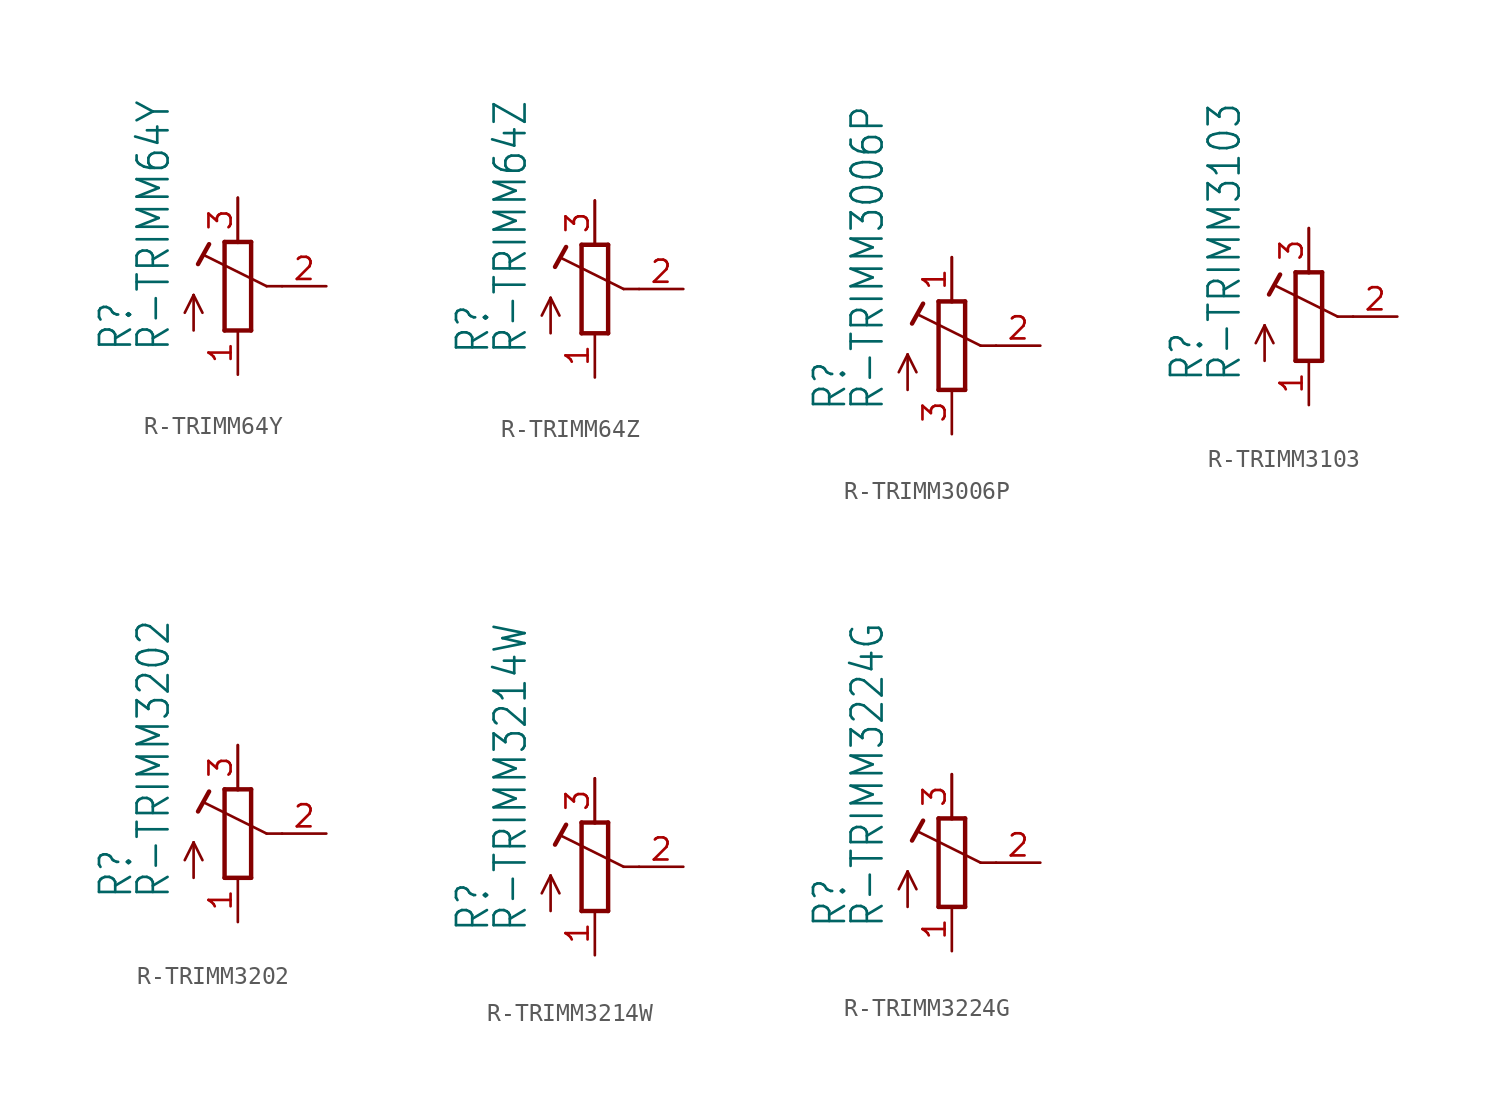
<source format=kicad_sym>
(kicad_symbol_lib
  (version 20211014)
  (generator kicad_symbol_editor)
  (symbol "R-TRIMM64Y"
    (property "Reference" "R"
      (at -5.969 -3.81 90)
      (effects (font (size 1.778 1.511)) (justify left bottom)))
    (property "Value" "R-TRIMM64Y"
      (at -3.81 -3.81 90)
      (effects (font (size 1.778 1.511)) (justify left bottom)))
    (property "ki_locked" ""
      (at 0 0 0)
      (effects (font (size 1.27 1.27))))
    (symbol "R-TRIMM64Y_1_0"
      (polyline (pts (xy -2.54 -2.54) (xy -2.54 -0.508)) (stroke (width 0.152) (type default) (color 0 0 0 0)) (fill (type none)))
      (polyline (pts (xy -2.54 -0.508) (xy -3.048 -1.524)) (stroke (width 0.152) (type default) (color 0 0 0 0)) (fill (type none)))
      (polyline (pts (xy -2.54 -0.508) (xy -2.032 -1.524)) (stroke (width 0.152) (type default) (color 0 0 0 0)) (fill (type none)))
      (polyline (pts (xy -2.286 1.27) (xy -1.651 2.413)) (stroke (width 0.254) (type default) (color 0 0 0 0)) (fill (type none)))
      (polyline (pts (xy -0.762 -2.54) (xy 0.762 -2.54)) (stroke (width 0.254) (type default) (color 0 0 0 0)) (fill (type none)))
      (polyline (pts (xy -0.762 2.54) (xy -0.762 -2.54)) (stroke (width 0.254) (type default) (color 0 0 0 0)) (fill (type none)))
      (polyline (pts (xy 0 2.54) (xy -0.762 2.54)) (stroke (width 0.254) (type default) (color 0 0 0 0)) (fill (type none)))
      (polyline (pts (xy 0 2.54) (xy 0 5.08)) (stroke (width 0.152) (type default) (color 0 0 0 0)) (fill (type none)))
      (polyline (pts (xy 0.762 -2.54) (xy 0.762 2.54)) (stroke (width 0.254) (type default) (color 0 0 0 0)) (fill (type none)))
      (polyline (pts (xy 0.762 2.54) (xy 0 2.54)) (stroke (width 0.254) (type default) (color 0 0 0 0)) (fill (type none)))
      (polyline (pts (xy 1.651 0) (xy -1.88 1.753)) (stroke (width 0.152) (type default) (color 0 0 0 0)) (fill (type none)))
      (polyline (pts (xy 2.54 0) (xy 1.651 0)) (stroke (width 0.152) (type default) (color 0 0 0 0)) (fill (type none)))
      (pin passive line (at 0 -5.08 90) (length 2.54) (name "A" (effects (font (size 0 0)))) (number "1" (effects (font (size 1.27 1.27)))))
      (pin passive line (at 5.08 0 180) (length 2.54) (name "S" (effects (font (size 0 0)))) (number "2" (effects (font (size 1.27 1.27)))))
      (pin passive line (at 0 5.08 270) (length 2.54) (name "E" (effects (font (size 0 0)))) (number "3" (effects (font (size 1.27 1.27)))))))
  (symbol "R-TRIMM64Z"
    (property "Reference" "R"
      (at -5.969 -3.81 90)
      (effects (font (size 1.778 1.511)) (justify left bottom)))
    (property "Value" "R-TRIMM64Z"
      (at -3.81 -3.81 90)
      (effects (font (size 1.778 1.511)) (justify left bottom)))
    (property "ki_locked" ""
      (at 0 0 0)
      (effects (font (size 1.27 1.27))))
    (symbol "R-TRIMM64Z_1_0"
      (polyline (pts (xy -2.54 -2.54) (xy -2.54 -0.508)) (stroke (width 0.152) (type default) (color 0 0 0 0)) (fill (type none)))
      (polyline (pts (xy -2.54 -0.508) (xy -3.048 -1.524)) (stroke (width 0.152) (type default) (color 0 0 0 0)) (fill (type none)))
      (polyline (pts (xy -2.54 -0.508) (xy -2.032 -1.524)) (stroke (width 0.152) (type default) (color 0 0 0 0)) (fill (type none)))
      (polyline (pts (xy -2.286 1.27) (xy -1.651 2.413)) (stroke (width 0.254) (type default) (color 0 0 0 0)) (fill (type none)))
      (polyline (pts (xy -0.762 -2.54) (xy 0.762 -2.54)) (stroke (width 0.254) (type default) (color 0 0 0 0)) (fill (type none)))
      (polyline (pts (xy -0.762 2.54) (xy -0.762 -2.54)) (stroke (width 0.254) (type default) (color 0 0 0 0)) (fill (type none)))
      (polyline (pts (xy 0 2.54) (xy -0.762 2.54)) (stroke (width 0.254) (type default) (color 0 0 0 0)) (fill (type none)))
      (polyline (pts (xy 0 2.54) (xy 0 5.08)) (stroke (width 0.152) (type default) (color 0 0 0 0)) (fill (type none)))
      (polyline (pts (xy 0.762 -2.54) (xy 0.762 2.54)) (stroke (width 0.254) (type default) (color 0 0 0 0)) (fill (type none)))
      (polyline (pts (xy 0.762 2.54) (xy 0 2.54)) (stroke (width 0.254) (type default) (color 0 0 0 0)) (fill (type none)))
      (polyline (pts (xy 1.651 0) (xy -1.88 1.753)) (stroke (width 0.152) (type default) (color 0 0 0 0)) (fill (type none)))
      (polyline (pts (xy 2.54 0) (xy 1.651 0)) (stroke (width 0.152) (type default) (color 0 0 0 0)) (fill (type none)))
      (pin passive line (at 0 -5.08 90) (length 2.54) (name "A" (effects (font (size 0 0)))) (number "1" (effects (font (size 1.27 1.27)))))
      (pin passive line (at 5.08 0 180) (length 2.54) (name "S" (effects (font (size 0 0)))) (number "2" (effects (font (size 1.27 1.27)))))
      (pin passive line (at 0 5.08 270) (length 2.54) (name "E" (effects (font (size 0 0)))) (number "3" (effects (font (size 1.27 1.27)))))))
  (symbol "R-TRIMM3006P"
    (property "Reference" "R"
      (at -5.969 -3.81 90)
      (effects (font (size 1.778 1.511)) (justify left bottom)))
    (property "Value" "R-TRIMM3006P"
      (at -3.81 -3.81 90)
      (effects (font (size 1.778 1.511)) (justify left bottom)))
    (property "ki_locked" ""
      (at 0 0 0)
      (effects (font (size 1.27 1.27))))
    (symbol "R-TRIMM3006P_1_0"
      (polyline (pts (xy -2.54 -2.54) (xy -2.54 -0.508)) (stroke (width 0.152) (type default) (color 0 0 0 0)) (fill (type none)))
      (polyline (pts (xy -2.54 -0.508) (xy -3.048 -1.524)) (stroke (width 0.152) (type default) (color 0 0 0 0)) (fill (type none)))
      (polyline (pts (xy -2.54 -0.508) (xy -2.032 -1.524)) (stroke (width 0.152) (type default) (color 0 0 0 0)) (fill (type none)))
      (polyline (pts (xy -2.286 1.27) (xy -1.651 2.413)) (stroke (width 0.254) (type default) (color 0 0 0 0)) (fill (type none)))
      (polyline (pts (xy -0.762 -2.54) (xy 0.762 -2.54)) (stroke (width 0.254) (type default) (color 0 0 0 0)) (fill (type none)))
      (polyline (pts (xy -0.762 2.54) (xy -0.762 -2.54)) (stroke (width 0.254) (type default) (color 0 0 0 0)) (fill (type none)))
      (polyline (pts (xy 0 2.54) (xy -0.762 2.54)) (stroke (width 0.254) (type default) (color 0 0 0 0)) (fill (type none)))
      (polyline (pts (xy 0 2.54) (xy 0 5.08)) (stroke (width 0.152) (type default) (color 0 0 0 0)) (fill (type none)))
      (polyline (pts (xy 0.762 -2.54) (xy 0.762 2.54)) (stroke (width 0.254) (type default) (color 0 0 0 0)) (fill (type none)))
      (polyline (pts (xy 0.762 2.54) (xy 0 2.54)) (stroke (width 0.254) (type default) (color 0 0 0 0)) (fill (type none)))
      (polyline (pts (xy 1.651 0) (xy -1.88 1.753)) (stroke (width 0.152) (type default) (color 0 0 0 0)) (fill (type none)))
      (polyline (pts (xy 2.54 0) (xy 1.651 0)) (stroke (width 0.152) (type default) (color 0 0 0 0)) (fill (type none)))
      (pin passive line (at 0 5.08 270) (length 2.54) (name "E" (effects (font (size 0 0)))) (number "1" (effects (font (size 1.27 1.27)))))
      (pin passive line (at 5.08 0 180) (length 2.54) (name "S" (effects (font (size 0 0)))) (number "2" (effects (font (size 1.27 1.27)))))
      (pin passive line (at 0 -5.08 90) (length 2.54) (name "A" (effects (font (size 0 0)))) (number "3" (effects (font (size 1.27 1.27)))))))
  (symbol "R-TRIMM3103"
    (property "Reference" "R"
      (at -5.969 -3.81 90)
      (effects (font (size 1.778 1.511)) (justify left bottom)))
    (property "Value" "R-TRIMM3103"
      (at -3.81 -3.81 90)
      (effects (font (size 1.778 1.511)) (justify left bottom)))
    (property "ki_locked" ""
      (at 0 0 0)
      (effects (font (size 1.27 1.27))))
    (symbol "R-TRIMM3103_1_0"
      (polyline (pts (xy -2.54 -2.54) (xy -2.54 -0.508)) (stroke (width 0.152) (type default) (color 0 0 0 0)) (fill (type none)))
      (polyline (pts (xy -2.54 -0.508) (xy -3.048 -1.524)) (stroke (width 0.152) (type default) (color 0 0 0 0)) (fill (type none)))
      (polyline (pts (xy -2.54 -0.508) (xy -2.032 -1.524)) (stroke (width 0.152) (type default) (color 0 0 0 0)) (fill (type none)))
      (polyline (pts (xy -2.286 1.27) (xy -1.651 2.413)) (stroke (width 0.254) (type default) (color 0 0 0 0)) (fill (type none)))
      (polyline (pts (xy -0.762 -2.54) (xy 0.762 -2.54)) (stroke (width 0.254) (type default) (color 0 0 0 0)) (fill (type none)))
      (polyline (pts (xy -0.762 2.54) (xy -0.762 -2.54)) (stroke (width 0.254) (type default) (color 0 0 0 0)) (fill (type none)))
      (polyline (pts (xy 0 2.54) (xy -0.762 2.54)) (stroke (width 0.254) (type default) (color 0 0 0 0)) (fill (type none)))
      (polyline (pts (xy 0 2.54) (xy 0 5.08)) (stroke (width 0.152) (type default) (color 0 0 0 0)) (fill (type none)))
      (polyline (pts (xy 0.762 -2.54) (xy 0.762 2.54)) (stroke (width 0.254) (type default) (color 0 0 0 0)) (fill (type none)))
      (polyline (pts (xy 0.762 2.54) (xy 0 2.54)) (stroke (width 0.254) (type default) (color 0 0 0 0)) (fill (type none)))
      (polyline (pts (xy 1.651 0) (xy -1.88 1.753)) (stroke (width 0.152) (type default) (color 0 0 0 0)) (fill (type none)))
      (polyline (pts (xy 2.54 0) (xy 1.651 0)) (stroke (width 0.152) (type default) (color 0 0 0 0)) (fill (type none)))
      (pin passive line (at 0 -5.08 90) (length 2.54) (name "A" (effects (font (size 0 0)))) (number "1" (effects (font (size 1.27 1.27)))))
      (pin passive line (at 5.08 0 180) (length 2.54) (name "S" (effects (font (size 0 0)))) (number "2" (effects (font (size 1.27 1.27)))))
      (pin passive line (at 0 5.08 270) (length 2.54) (name "E" (effects (font (size 0 0)))) (number "3" (effects (font (size 1.27 1.27)))))))
  (symbol "R-TRIMM3202"
    (property "Reference" "R"
      (at -5.969 -3.81 90)
      (effects (font (size 1.778 1.511)) (justify left bottom)))
    (property "Value" "R-TRIMM3202"
      (at -3.81 -3.81 90)
      (effects (font (size 1.778 1.511)) (justify left bottom)))
    (property "ki_locked" ""
      (at 0 0 0)
      (effects (font (size 1.27 1.27))))
    (symbol "R-TRIMM3202_1_0"
      (polyline (pts (xy -2.54 -2.54) (xy -2.54 -0.508)) (stroke (width 0.152) (type default) (color 0 0 0 0)) (fill (type none)))
      (polyline (pts (xy -2.54 -0.508) (xy -3.048 -1.524)) (stroke (width 0.152) (type default) (color 0 0 0 0)) (fill (type none)))
      (polyline (pts (xy -2.54 -0.508) (xy -2.032 -1.524)) (stroke (width 0.152) (type default) (color 0 0 0 0)) (fill (type none)))
      (polyline (pts (xy -2.286 1.27) (xy -1.651 2.413)) (stroke (width 0.254) (type default) (color 0 0 0 0)) (fill (type none)))
      (polyline (pts (xy -0.762 -2.54) (xy 0.762 -2.54)) (stroke (width 0.254) (type default) (color 0 0 0 0)) (fill (type none)))
      (polyline (pts (xy -0.762 2.54) (xy -0.762 -2.54)) (stroke (width 0.254) (type default) (color 0 0 0 0)) (fill (type none)))
      (polyline (pts (xy 0 2.54) (xy -0.762 2.54)) (stroke (width 0.254) (type default) (color 0 0 0 0)) (fill (type none)))
      (polyline (pts (xy 0 2.54) (xy 0 5.08)) (stroke (width 0.152) (type default) (color 0 0 0 0)) (fill (type none)))
      (polyline (pts (xy 0.762 -2.54) (xy 0.762 2.54)) (stroke (width 0.254) (type default) (color 0 0 0 0)) (fill (type none)))
      (polyline (pts (xy 0.762 2.54) (xy 0 2.54)) (stroke (width 0.254) (type default) (color 0 0 0 0)) (fill (type none)))
      (polyline (pts (xy 1.651 0) (xy -1.88 1.753)) (stroke (width 0.152) (type default) (color 0 0 0 0)) (fill (type none)))
      (polyline (pts (xy 2.54 0) (xy 1.651 0)) (stroke (width 0.152) (type default) (color 0 0 0 0)) (fill (type none)))
      (pin passive line (at 0 -5.08 90) (length 2.54) (name "A" (effects (font (size 0 0)))) (number "1" (effects (font (size 1.27 1.27)))))
      (pin passive line (at 5.08 0 180) (length 2.54) (name "S" (effects (font (size 0 0)))) (number "2" (effects (font (size 1.27 1.27)))))
      (pin passive line (at 0 5.08 270) (length 2.54) (name "E" (effects (font (size 0 0)))) (number "3" (effects (font (size 1.27 1.27)))))))
  (symbol "R-TRIMM3214W"
    (property "Reference" "R"
      (at -5.969 -3.81 90)
      (effects (font (size 1.778 1.511)) (justify left bottom)))
    (property "Value" "R-TRIMM3214W"
      (at -3.81 -3.81 90)
      (effects (font (size 1.778 1.511)) (justify left bottom)))
    (property "ki_locked" ""
      (at 0 0 0)
      (effects (font (size 1.27 1.27))))
    (symbol "R-TRIMM3214W_1_0"
      (polyline (pts (xy -2.54 -2.54) (xy -2.54 -0.508)) (stroke (width 0.152) (type default) (color 0 0 0 0)) (fill (type none)))
      (polyline (pts (xy -2.54 -0.508) (xy -3.048 -1.524)) (stroke (width 0.152) (type default) (color 0 0 0 0)) (fill (type none)))
      (polyline (pts (xy -2.54 -0.508) (xy -2.032 -1.524)) (stroke (width 0.152) (type default) (color 0 0 0 0)) (fill (type none)))
      (polyline (pts (xy -2.286 1.27) (xy -1.651 2.413)) (stroke (width 0.254) (type default) (color 0 0 0 0)) (fill (type none)))
      (polyline (pts (xy -0.762 -2.54) (xy 0.762 -2.54)) (stroke (width 0.254) (type default) (color 0 0 0 0)) (fill (type none)))
      (polyline (pts (xy -0.762 2.54) (xy -0.762 -2.54)) (stroke (width 0.254) (type default) (color 0 0 0 0)) (fill (type none)))
      (polyline (pts (xy 0 2.54) (xy -0.762 2.54)) (stroke (width 0.254) (type default) (color 0 0 0 0)) (fill (type none)))
      (polyline (pts (xy 0 2.54) (xy 0 5.08)) (stroke (width 0.152) (type default) (color 0 0 0 0)) (fill (type none)))
      (polyline (pts (xy 0.762 -2.54) (xy 0.762 2.54)) (stroke (width 0.254) (type default) (color 0 0 0 0)) (fill (type none)))
      (polyline (pts (xy 0.762 2.54) (xy 0 2.54)) (stroke (width 0.254) (type default) (color 0 0 0 0)) (fill (type none)))
      (polyline (pts (xy 1.651 0) (xy -1.88 1.753)) (stroke (width 0.152) (type default) (color 0 0 0 0)) (fill (type none)))
      (polyline (pts (xy 2.54 0) (xy 1.651 0)) (stroke (width 0.152) (type default) (color 0 0 0 0)) (fill (type none)))
      (pin passive line (at 0 -5.08 90) (length 2.54) (name "A" (effects (font (size 0 0)))) (number "1" (effects (font (size 1.27 1.27)))))
      (pin passive line (at 5.08 0 180) (length 2.54) (name "S" (effects (font (size 0 0)))) (number "2" (effects (font (size 1.27 1.27)))))
      (pin passive line (at 0 5.08 270) (length 2.54) (name "E" (effects (font (size 0 0)))) (number "3" (effects (font (size 1.27 1.27)))))))
  (symbol "R-TRIMM3224G"
    (property "Reference" "R"
      (at -5.969 -3.81 90)
      (effects (font (size 1.778 1.511)) (justify left bottom)))
    (property "Value" "R-TRIMM3224G"
      (at -3.81 -3.81 90)
      (effects (font (size 1.778 1.511)) (justify left bottom)))
    (property "ki_locked" ""
      (at 0 0 0)
      (effects (font (size 1.27 1.27))))
    (symbol "R-TRIMM3224G_1_0"
      (polyline (pts (xy -2.54 -2.54) (xy -2.54 -0.508)) (stroke (width 0.152) (type default) (color 0 0 0 0)) (fill (type none)))
      (polyline (pts (xy -2.54 -0.508) (xy -3.048 -1.524)) (stroke (width 0.152) (type default) (color 0 0 0 0)) (fill (type none)))
      (polyline (pts (xy -2.54 -0.508) (xy -2.032 -1.524)) (stroke (width 0.152) (type default) (color 0 0 0 0)) (fill (type none)))
      (polyline (pts (xy -2.286 1.27) (xy -1.651 2.413)) (stroke (width 0.254) (type default) (color 0 0 0 0)) (fill (type none)))
      (polyline (pts (xy -0.762 -2.54) (xy 0.762 -2.54)) (stroke (width 0.254) (type default) (color 0 0 0 0)) (fill (type none)))
      (polyline (pts (xy -0.762 2.54) (xy -0.762 -2.54)) (stroke (width 0.254) (type default) (color 0 0 0 0)) (fill (type none)))
      (polyline (pts (xy 0 2.54) (xy -0.762 2.54)) (stroke (width 0.254) (type default) (color 0 0 0 0)) (fill (type none)))
      (polyline (pts (xy 0 2.54) (xy 0 5.08)) (stroke (width 0.152) (type default) (color 0 0 0 0)) (fill (type none)))
      (polyline (pts (xy 0.762 -2.54) (xy 0.762 2.54)) (stroke (width 0.254) (type default) (color 0 0 0 0)) (fill (type none)))
      (polyline (pts (xy 0.762 2.54) (xy 0 2.54)) (stroke (width 0.254) (type default) (color 0 0 0 0)) (fill (type none)))
      (polyline (pts (xy 1.651 0) (xy -1.88 1.753)) (stroke (width 0.152) (type default) (color 0 0 0 0)) (fill (type none)))
      (polyline (pts (xy 2.54 0) (xy 1.651 0)) (stroke (width 0.152) (type default) (color 0 0 0 0)) (fill (type none)))
      (pin passive line (at 0 -5.08 90) (length 2.54) (name "A" (effects (font (size 0 0)))) (number "1" (effects (font (size 1.27 1.27)))))
      (pin passive line (at 5.08 0 180) (length 2.54) (name "S" (effects (font (size 0 0)))) (number "2" (effects (font (size 1.27 1.27)))))
      (pin passive line (at 0 5.08 270) (length 2.54) (name "E" (effects (font (size 0 0)))) (number "3" (effects (font (size 1.27 1.27))))))))
</source>
